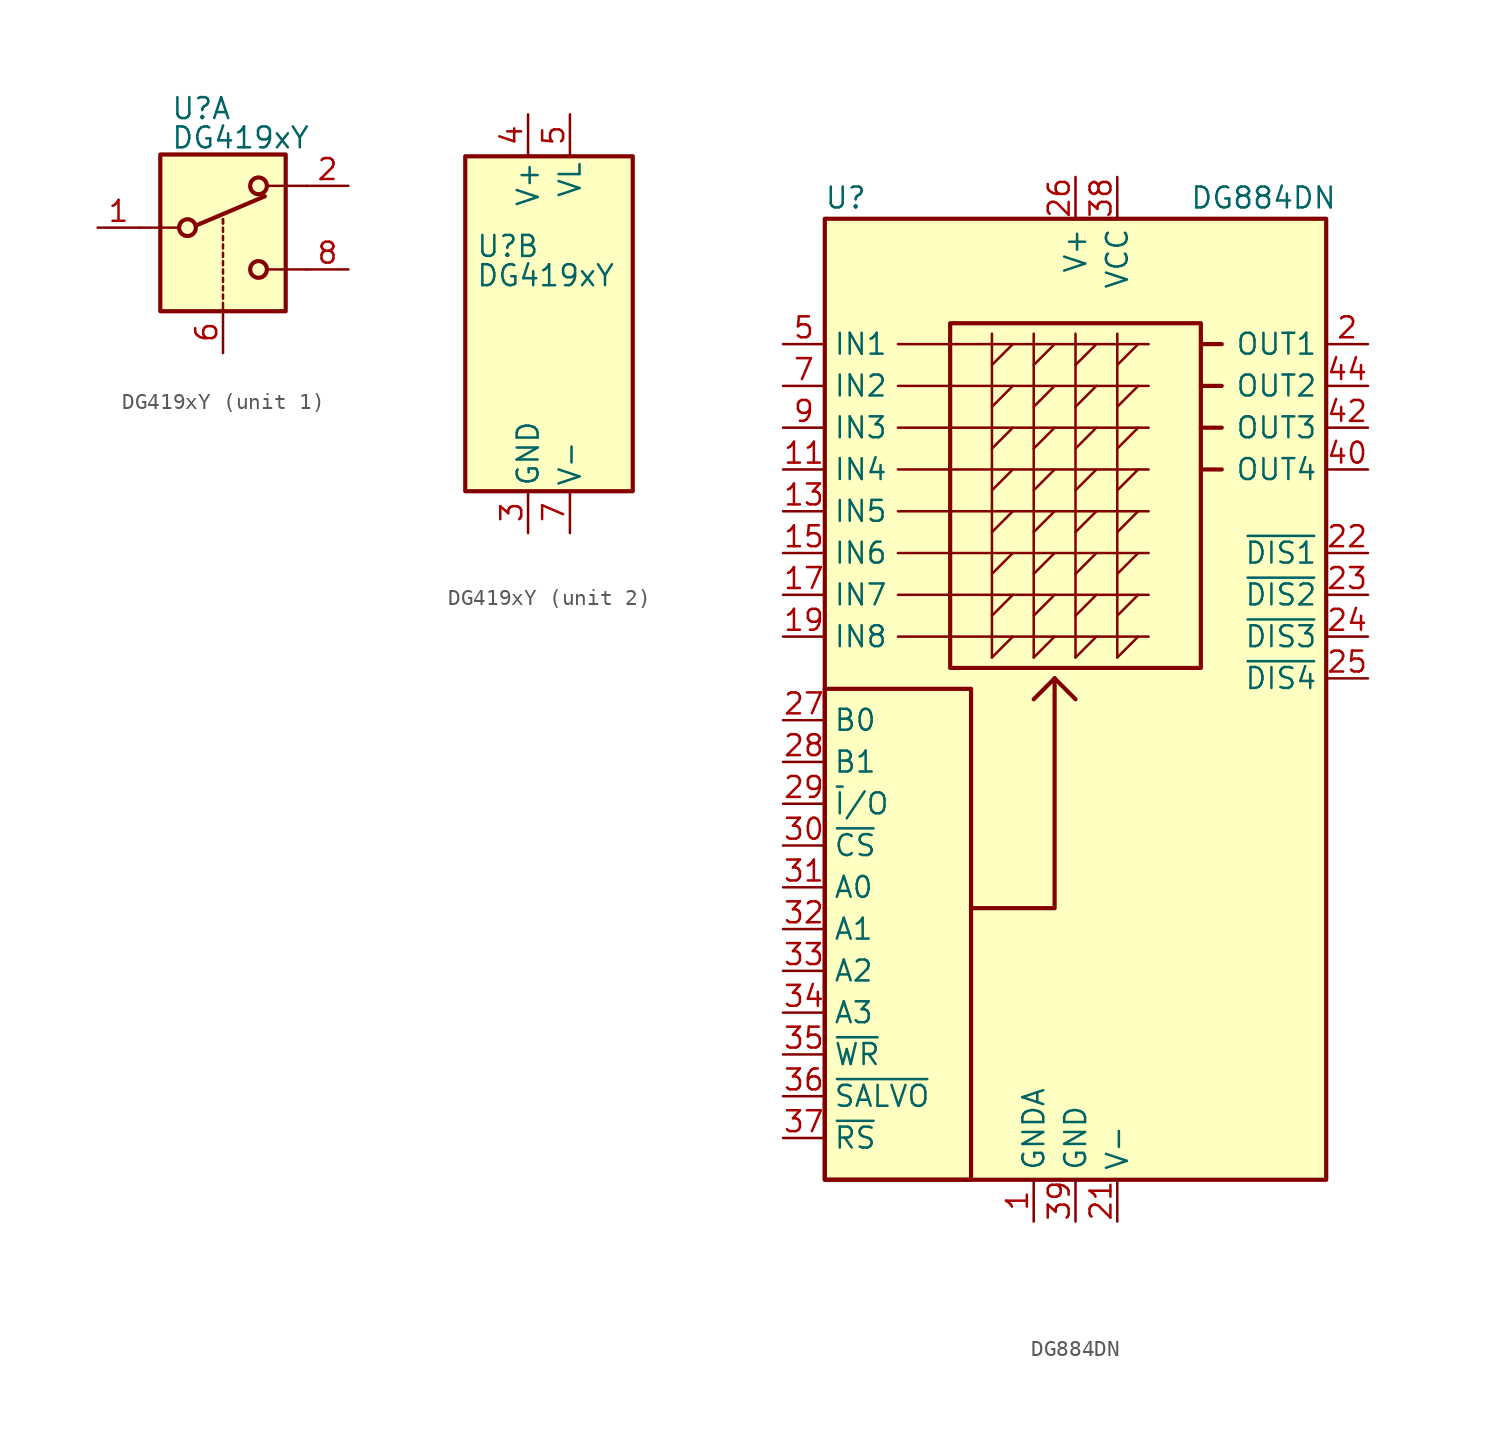
<source format=kicad_sym>
(kicad_symbol_lib
  (version 20211014)
  (generator kicad_symbol_editor)
  (symbol "DG419xY"
    (pin_names
      (offset 0.254))
    (property "Reference" "U"
      (at -3.175 4.699 0)
      (effects (font (size 1.27 1.27)) (justify left)))
    (property "Value" "DG419xY"
      (at -3.175 2.921 0)
      (effects (font (size 1.27 1.27)) (justify left)))
    (symbol "DG419xY_1_1"
      (rectangle (start -3.81 1.905) (end 3.81 -7.62) (stroke (width 0.254) (type default) (color 0 0 0 0)) (fill (type background)))
      (circle (center -2.159 -2.54) (radius 0.508) (stroke (width 0.254) (type default) (color 0 0 0 0)) (fill (type none)))
      (polyline (pts (xy -5.08 -2.54) (xy -2.794 -2.54)) (stroke (width 0) (type default) (color 0 0 0 0)) (fill (type none)))
      (polyline (pts (xy -1.651 -2.413) (xy 2.54 -0.635)) (stroke (width 0.254) (type default) (color 0 0 0 0)) (fill (type none)))
      (polyline (pts (xy 0 -7.62) (xy 0 -7.112)) (stroke (width 0) (type default) (color 0 0 0 0)) (fill (type none)))
      (polyline (pts (xy 0 -6.858) (xy 0 -6.604)) (stroke (width 0) (type default) (color 0 0 0 0)) (fill (type none)))
      (polyline (pts (xy 0 -6.35) (xy 0 -6.096)) (stroke (width 0) (type default) (color 0 0 0 0)) (fill (type none)))
      (polyline (pts (xy 0 -5.842) (xy 0 -5.588)) (stroke (width 0) (type default) (color 0 0 0 0)) (fill (type none)))
      (polyline (pts (xy 0 -5.334) (xy 0 -5.08)) (stroke (width 0) (type default) (color 0 0 0 0)) (fill (type none)))
      (polyline (pts (xy 0 -4.826) (xy 0 -4.572)) (stroke (width 0) (type default) (color 0 0 0 0)) (fill (type none)))
      (polyline (pts (xy 0 -4.318) (xy 0 -4.064)) (stroke (width 0) (type default) (color 0 0 0 0)) (fill (type none)))
      (polyline (pts (xy 0 -3.81) (xy 0 -3.556)) (stroke (width 0) (type default) (color 0 0 0 0)) (fill (type none)))
      (polyline (pts (xy 0 -3.302) (xy 0 -3.048)) (stroke (width 0) (type default) (color 0 0 0 0)) (fill (type none)))
      (polyline (pts (xy 0 -2.794) (xy 0 -2.54)) (stroke (width 0) (type default) (color 0 0 0 0)) (fill (type none)))
      (polyline (pts (xy 0 -2.286) (xy 0 -2.032)) (stroke (width 0) (type default) (color 0 0 0 0)) (fill (type none)))
      (polyline (pts (xy 0 -2.286) (xy 0 -2.032)) (stroke (width 0) (type default) (color 0 0 0 0)) (fill (type none)))
      (polyline (pts (xy 5.08 -5.08) (xy 2.794 -5.08)) (stroke (width 0) (type default) (color 0 0 0 0)) (fill (type none)))
      (polyline (pts (xy 5.08 0) (xy 2.794 0)) (stroke (width 0) (type default) (color 0 0 0 0)) (fill (type none)))
      (circle (center 2.159 -5.08) (radius 0.508) (stroke (width 0.254) (type default) (color 0 0 0 0)) (fill (type none)))
      (circle (center 2.159 0) (radius 0.508) (stroke (width 0.254) (type default) (color 0 0 0 0)) (fill (type none)))
      (pin passive line (at -7.62 -2.54 0) (length 2.54) (name "~" (effects (font (size 1.27 1.27)))) (number "1" (effects (font (size 1.27 1.27)))))
      (pin passive line (at 7.62 0 180) (length 2.54) (name "~" (effects (font (size 1.27 1.27)))) (number "2" (effects (font (size 1.27 1.27)))))
      (pin input line (at 0 -10.16 90) (length 2.54) (name "~" (effects (font (size 1.27 1.27)))) (number "6" (effects (font (size 1.27 1.27)))))
      (pin passive line (at 7.62 -5.08 180) (length 2.54) (name "~" (effects (font (size 1.27 1.27)))) (number "8" (effects (font (size 1.27 1.27))))))
    (symbol "DG419xY_2_0"
      (pin power_in line (at 0 -12.7 90) (length 2.54) (name "GND" (effects (font (size 1.27 1.27)))) (number "3" (effects (font (size 1.27 1.27)))))
      (pin power_in line (at 0 12.7 270) (length 2.54) (name "V+" (effects (font (size 1.27 1.27)))) (number "4" (effects (font (size 1.27 1.27)))))
      (pin power_in line (at 2.54 12.7 270) (length 2.54) (name "VL" (effects (font (size 1.27 1.27)))) (number "5" (effects (font (size 1.27 1.27)))))
      (pin power_in line (at 2.54 -12.7 90) (length 2.54) (name "V-" (effects (font (size 1.27 1.27)))) (number "7" (effects (font (size 1.27 1.27))))))
    (symbol "DG419xY_2_1"
      (rectangle (start -3.81 10.16) (end 6.35 -10.16) (stroke (width 0.254) (type default) (color 0 0 0 0)) (fill (type background)))))
  (symbol "DG884DN"
    (property "Reference" "U"
      (at -13.97 34.29 0)
      (effects (font (size 1.27 1.27))))
    (property "Value" "DG884DN"
      (at 11.43 34.29 0)
      (effects (font (size 1.27 1.27))))
    (symbol "DG884DN_0_1"
      (rectangle (start -15.24 -25.4) (end 15.24 33.02) (stroke (width 0.254) (type default) (color 0 0 0 0)) (fill (type background)))
      (rectangle (start -15.24 4.445) (end -6.35 -25.4) (stroke (width 0.254) (type default) (color 0 0 0 0)) (fill (type none)))
      (rectangle (start -7.62 26.67) (end 7.62 5.715) (stroke (width 0.254) (type default) (color 0 0 0 0)) (fill (type none)))
      (polyline (pts (xy -10.795 7.62) (xy 4.445 7.62)) (stroke (width 0) (type default) (color 0 0 0 0)) (fill (type none)))
      (polyline (pts (xy -10.795 10.16) (xy 4.445 10.16)) (stroke (width 0) (type default) (color 0 0 0 0)) (fill (type none)))
      (polyline (pts (xy -10.795 12.7) (xy 4.445 12.7)) (stroke (width 0) (type default) (color 0 0 0 0)) (fill (type none)))
      (polyline (pts (xy -10.795 15.24) (xy 4.445 15.24)) (stroke (width 0) (type default) (color 0 0 0 0)) (fill (type none)))
      (polyline (pts (xy -10.795 17.78) (xy 4.445 17.78)) (stroke (width 0) (type default) (color 0 0 0 0)) (fill (type none)))
      (polyline (pts (xy -10.795 20.32) (xy 4.445 20.32)) (stroke (width 0) (type default) (color 0 0 0 0)) (fill (type none)))
      (polyline (pts (xy -10.795 22.86) (xy 4.445 22.86)) (stroke (width 0) (type default) (color 0 0 0 0)) (fill (type none)))
      (polyline (pts (xy -10.795 25.4) (xy 4.445 25.4)) (stroke (width 0) (type default) (color 0 0 0 0)) (fill (type none)))
      (polyline (pts (xy -5.08 6.35) (xy -3.81 7.62)) (stroke (width 0) (type default) (color 0 0 0 0)) (fill (type none)))
      (polyline (pts (xy -5.08 8.89) (xy -3.81 10.16)) (stroke (width 0) (type default) (color 0 0 0 0)) (fill (type none)))
      (polyline (pts (xy -5.08 11.43) (xy -3.81 12.7)) (stroke (width 0) (type default) (color 0 0 0 0)) (fill (type none)))
      (polyline (pts (xy -5.08 13.97) (xy -3.81 15.24)) (stroke (width 0) (type default) (color 0 0 0 0)) (fill (type none)))
      (polyline (pts (xy -5.08 16.51) (xy -3.81 17.78)) (stroke (width 0) (type default) (color 0 0 0 0)) (fill (type none)))
      (polyline (pts (xy -5.08 19.05) (xy -3.81 20.32)) (stroke (width 0) (type default) (color 0 0 0 0)) (fill (type none)))
      (polyline (pts (xy -5.08 21.59) (xy -3.81 22.86)) (stroke (width 0) (type default) (color 0 0 0 0)) (fill (type none)))
      (polyline (pts (xy -5.08 24.13) (xy -3.81 25.4)) (stroke (width 0) (type default) (color 0 0 0 0)) (fill (type none)))
      (polyline (pts (xy -5.08 26.035) (xy -5.08 6.35)) (stroke (width 0) (type default) (color 0 0 0 0)) (fill (type none)))
      (polyline (pts (xy -2.54 6.35) (xy -1.27 7.62)) (stroke (width 0) (type default) (color 0 0 0 0)) (fill (type none)))
      (polyline (pts (xy -2.54 8.89) (xy -1.27 10.16)) (stroke (width 0) (type default) (color 0 0 0 0)) (fill (type none)))
      (polyline (pts (xy -2.54 11.43) (xy -1.27 12.7)) (stroke (width 0) (type default) (color 0 0 0 0)) (fill (type none)))
      (polyline (pts (xy -2.54 13.97) (xy -1.27 15.24)) (stroke (width 0) (type default) (color 0 0 0 0)) (fill (type none)))
      (polyline (pts (xy -2.54 16.51) (xy -1.27 17.78)) (stroke (width 0) (type default) (color 0 0 0 0)) (fill (type none)))
      (polyline (pts (xy -2.54 19.05) (xy -1.27 20.32)) (stroke (width 0) (type default) (color 0 0 0 0)) (fill (type none)))
      (polyline (pts (xy -2.54 21.59) (xy -1.27 22.86)) (stroke (width 0) (type default) (color 0 0 0 0)) (fill (type none)))
      (polyline (pts (xy -2.54 24.13) (xy -1.27 25.4)) (stroke (width 0) (type default) (color 0 0 0 0)) (fill (type none)))
      (polyline (pts (xy -2.54 26.035) (xy -2.54 6.35)) (stroke (width 0) (type default) (color 0 0 0 0)) (fill (type none)))
      (polyline (pts (xy -1.27 5.08) (xy -2.54 3.81)) (stroke (width 0.254) (type default) (color 0 0 0 0)) (fill (type none)))
      (polyline (pts (xy -1.27 5.08) (xy 0 3.81)) (stroke (width 0.254) (type default) (color 0 0 0 0)) (fill (type none)))
      (polyline (pts (xy 0 6.35) (xy 1.27 7.62)) (stroke (width 0) (type default) (color 0 0 0 0)) (fill (type none)))
      (polyline (pts (xy 0 8.89) (xy 1.27 10.16)) (stroke (width 0) (type default) (color 0 0 0 0)) (fill (type none)))
      (polyline (pts (xy 0 11.43) (xy 1.27 12.7)) (stroke (width 0) (type default) (color 0 0 0 0)) (fill (type none)))
      (polyline (pts (xy 0 13.97) (xy 1.27 15.24)) (stroke (width 0) (type default) (color 0 0 0 0)) (fill (type none)))
      (polyline (pts (xy 0 16.51) (xy 1.27 17.78)) (stroke (width 0) (type default) (color 0 0 0 0)) (fill (type none)))
      (polyline (pts (xy 0 19.05) (xy 1.27 20.32)) (stroke (width 0) (type default) (color 0 0 0 0)) (fill (type none)))
      (polyline (pts (xy 0 21.59) (xy 1.27 22.86)) (stroke (width 0) (type default) (color 0 0 0 0)) (fill (type none)))
      (polyline (pts (xy 0 24.13) (xy 1.27 25.4)) (stroke (width 0) (type default) (color 0 0 0 0)) (fill (type none)))
      (polyline (pts (xy 0 26.035) (xy 0 6.35)) (stroke (width 0) (type default) (color 0 0 0 0)) (fill (type none)))
      (polyline (pts (xy 2.54 6.35) (xy 3.81 7.62)) (stroke (width 0) (type default) (color 0 0 0 0)) (fill (type none)))
      (polyline (pts (xy 2.54 8.89) (xy 3.81 10.16)) (stroke (width 0) (type default) (color 0 0 0 0)) (fill (type none)))
      (polyline (pts (xy 2.54 11.43) (xy 3.81 12.7)) (stroke (width 0) (type default) (color 0 0 0 0)) (fill (type none)))
      (polyline (pts (xy 2.54 13.97) (xy 3.81 15.24)) (stroke (width 0) (type default) (color 0 0 0 0)) (fill (type none)))
      (polyline (pts (xy 2.54 16.51) (xy 3.81 17.78)) (stroke (width 0) (type default) (color 0 0 0 0)) (fill (type none)))
      (polyline (pts (xy 2.54 19.05) (xy 3.81 20.32)) (stroke (width 0) (type default) (color 0 0 0 0)) (fill (type none)))
      (polyline (pts (xy 2.54 21.59) (xy 3.81 22.86)) (stroke (width 0) (type default) (color 0 0 0 0)) (fill (type none)))
      (polyline (pts (xy 2.54 24.13) (xy 3.81 25.4)) (stroke (width 0) (type default) (color 0 0 0 0)) (fill (type none)))
      (polyline (pts (xy 2.54 26.035) (xy 2.54 6.35)) (stroke (width 0) (type default) (color 0 0 0 0)) (fill (type none)))
      (polyline (pts (xy 7.62 20.32) (xy 8.89 20.32)) (stroke (width 0.254) (type default) (color 0 0 0 0)) (fill (type none)))
      (polyline (pts (xy 7.62 22.86) (xy 8.89 22.86)) (stroke (width 0.254) (type default) (color 0 0 0 0)) (fill (type none)))
      (polyline (pts (xy 8.89 17.78) (xy 7.62 17.78)) (stroke (width 0.254) (type default) (color 0 0 0 0)) (fill (type none)))
      (polyline (pts (xy 8.89 25.4) (xy 7.62 25.4)) (stroke (width 0.254) (type default) (color 0 0 0 0)) (fill (type none)))
      (polyline (pts (xy -6.35 -8.89) (xy -1.27 -8.89) (xy -1.27 5.08)) (stroke (width 0.254) (type default) (color 0 0 0 0)) (fill (type none))))
    (symbol "DG884DN_1_1"
      (pin power_in line (at -2.54 -27.94 90) (length 2.54) (name "GNDA" (effects (font (size 1.27 1.27)))) (number "1" (effects (font (size 1.27 1.27)))))
      (pin passive line (at -2.54 -27.94 90) (length 2.54) hide (name "GNDA" (effects (font (size 1.27 1.27)))) (number "10" (effects (font (size 1.27 1.27)))))
      (pin input line (at -17.78 17.78 0) (length 2.54) (name "IN4" (effects (font (size 1.27 1.27)))) (number "11" (effects (font (size 1.27 1.27)))))
      (pin passive line (at -2.54 -27.94 90) (length 2.54) hide (name "GNDA" (effects (font (size 1.27 1.27)))) (number "12" (effects (font (size 1.27 1.27)))))
      (pin input line (at -17.78 15.24 0) (length 2.54) (name "IN5" (effects (font (size 1.27 1.27)))) (number "13" (effects (font (size 1.27 1.27)))))
      (pin passive line (at -2.54 -27.94 90) (length 2.54) hide (name "GNDA" (effects (font (size 1.27 1.27)))) (number "14" (effects (font (size 1.27 1.27)))))
      (pin input line (at -17.78 12.7 0) (length 2.54) (name "IN6" (effects (font (size 1.27 1.27)))) (number "15" (effects (font (size 1.27 1.27)))))
      (pin passive line (at -2.54 -27.94 90) (length 2.54) hide (name "GNDA" (effects (font (size 1.27 1.27)))) (number "16" (effects (font (size 1.27 1.27)))))
      (pin input line (at -17.78 10.16 0) (length 2.54) (name "IN7" (effects (font (size 1.27 1.27)))) (number "17" (effects (font (size 1.27 1.27)))))
      (pin passive line (at -2.54 -27.94 90) (length 2.54) hide (name "GNDA" (effects (font (size 1.27 1.27)))) (number "18" (effects (font (size 1.27 1.27)))))
      (pin input line (at -17.78 7.62 0) (length 2.54) (name "IN8" (effects (font (size 1.27 1.27)))) (number "19" (effects (font (size 1.27 1.27)))))
      (pin output line (at 17.78 25.4 180) (length 2.54) (name "OUT1" (effects (font (size 1.27 1.27)))) (number "2" (effects (font (size 1.27 1.27)))))
      (pin passive line (at -2.54 -27.94 90) (length 2.54) hide (name "GNDA" (effects (font (size 1.27 1.27)))) (number "20" (effects (font (size 1.27 1.27)))))
      (pin passive line (at 2.54 -27.94 90) (length 2.54) (name "V-" (effects (font (size 1.27 1.27)))) (number "21" (effects (font (size 1.27 1.27)))))
      (pin open_collector line (at 17.78 12.7 180) (length 2.54) (name "~{DIS1}" (effects (font (size 1.27 1.27)))) (number "22" (effects (font (size 1.27 1.27)))))
      (pin open_collector line (at 17.78 10.16 180) (length 2.54) (name "~{DIS2}" (effects (font (size 1.27 1.27)))) (number "23" (effects (font (size 1.27 1.27)))))
      (pin open_collector line (at 17.78 7.62 180) (length 2.54) (name "~{DIS3}" (effects (font (size 1.27 1.27)))) (number "24" (effects (font (size 1.27 1.27)))))
      (pin open_collector line (at 17.78 5.08 180) (length 2.54) (name "~{DIS4}" (effects (font (size 1.27 1.27)))) (number "25" (effects (font (size 1.27 1.27)))))
      (pin passive line (at 0 35.56 270) (length 2.54) (name "V+" (effects (font (size 1.27 1.27)))) (number "26" (effects (font (size 1.27 1.27)))))
      (pin input line (at -17.78 2.54 0) (length 2.54) (name "B0" (effects (font (size 1.27 1.27)))) (number "27" (effects (font (size 1.27 1.27)))))
      (pin input line (at -17.78 0 0) (length 2.54) (name "B1" (effects (font (size 1.27 1.27)))) (number "28" (effects (font (size 1.27 1.27)))))
      (pin input line (at -17.78 -2.54 0) (length 2.54) (name "~{I}/O" (effects (font (size 1.27 1.27)))) (number "29" (effects (font (size 1.27 1.27)))))
      (pin passive line (at -2.54 -27.94 90) (length 2.54) hide (name "GNDA" (effects (font (size 1.27 1.27)))) (number "3" (effects (font (size 1.27 1.27)))))
      (pin input line (at -17.78 -5.08 0) (length 2.54) (name "~{CS}" (effects (font (size 1.27 1.27)))) (number "30" (effects (font (size 1.27 1.27)))))
      (pin input line (at -17.78 -7.62 0) (length 2.54) (name "A0" (effects (font (size 1.27 1.27)))) (number "31" (effects (font (size 1.27 1.27)))))
      (pin input line (at -17.78 -10.16 0) (length 2.54) (name "A1" (effects (font (size 1.27 1.27)))) (number "32" (effects (font (size 1.27 1.27)))))
      (pin input line (at -17.78 -12.7 0) (length 2.54) (name "A2" (effects (font (size 1.27 1.27)))) (number "33" (effects (font (size 1.27 1.27)))))
      (pin input line (at -17.78 -15.24 0) (length 2.54) (name "A3" (effects (font (size 1.27 1.27)))) (number "34" (effects (font (size 1.27 1.27)))))
      (pin input line (at -17.78 -17.78 0) (length 2.54) (name "~{WR}" (effects (font (size 1.27 1.27)))) (number "35" (effects (font (size 1.27 1.27)))))
      (pin input line (at -17.78 -20.32 0) (length 2.54) (name "~{SALVO}" (effects (font (size 1.27 1.27)))) (number "36" (effects (font (size 1.27 1.27)))))
      (pin input line (at -17.78 -22.86 0) (length 2.54) (name "~{RS}" (effects (font (size 1.27 1.27)))) (number "37" (effects (font (size 1.27 1.27)))))
      (pin power_in line (at 2.54 35.56 270) (length 2.54) (name "VCC" (effects (font (size 1.27 1.27)))) (number "38" (effects (font (size 1.27 1.27)))))
      (pin power_in line (at 0 -27.94 90) (length 2.54) (name "GND" (effects (font (size 1.27 1.27)))) (number "39" (effects (font (size 1.27 1.27)))))
      (pin passive line (at -2.54 -27.94 90) (length 2.54) hide (name "GNDA" (effects (font (size 1.27 1.27)))) (number "4" (effects (font (size 1.27 1.27)))))
      (pin output line (at 17.78 17.78 180) (length 2.54) (name "OUT4" (effects (font (size 1.27 1.27)))) (number "40" (effects (font (size 1.27 1.27)))))
      (pin passive line (at -2.54 -27.94 90) (length 2.54) hide (name "GNDA" (effects (font (size 1.27 1.27)))) (number "41" (effects (font (size 1.27 1.27)))))
      (pin output line (at 17.78 20.32 180) (length 2.54) (name "OUT3" (effects (font (size 1.27 1.27)))) (number "42" (effects (font (size 1.27 1.27)))))
      (pin passive line (at -2.54 -27.94 90) (length 2.54) hide (name "GNDA" (effects (font (size 1.27 1.27)))) (number "43" (effects (font (size 1.27 1.27)))))
      (pin output line (at 17.78 22.86 180) (length 2.54) (name "OUT2" (effects (font (size 1.27 1.27)))) (number "44" (effects (font (size 1.27 1.27)))))
      (pin input line (at -17.78 25.4 0) (length 2.54) (name "IN1" (effects (font (size 1.27 1.27)))) (number "5" (effects (font (size 1.27 1.27)))))
      (pin passive line (at -2.54 -27.94 90) (length 2.54) hide (name "GNDA" (effects (font (size 1.27 1.27)))) (number "6" (effects (font (size 1.27 1.27)))))
      (pin input line (at -17.78 22.86 0) (length 2.54) (name "IN2" (effects (font (size 1.27 1.27)))) (number "7" (effects (font (size 1.27 1.27)))))
      (pin passive line (at -2.54 -27.94 90) (length 2.54) hide (name "GNDA" (effects (font (size 1.27 1.27)))) (number "8" (effects (font (size 1.27 1.27)))))
      (pin input line (at -17.78 20.32 0) (length 2.54) (name "IN3" (effects (font (size 1.27 1.27)))) (number "9" (effects (font (size 1.27 1.27))))))))
</source>
